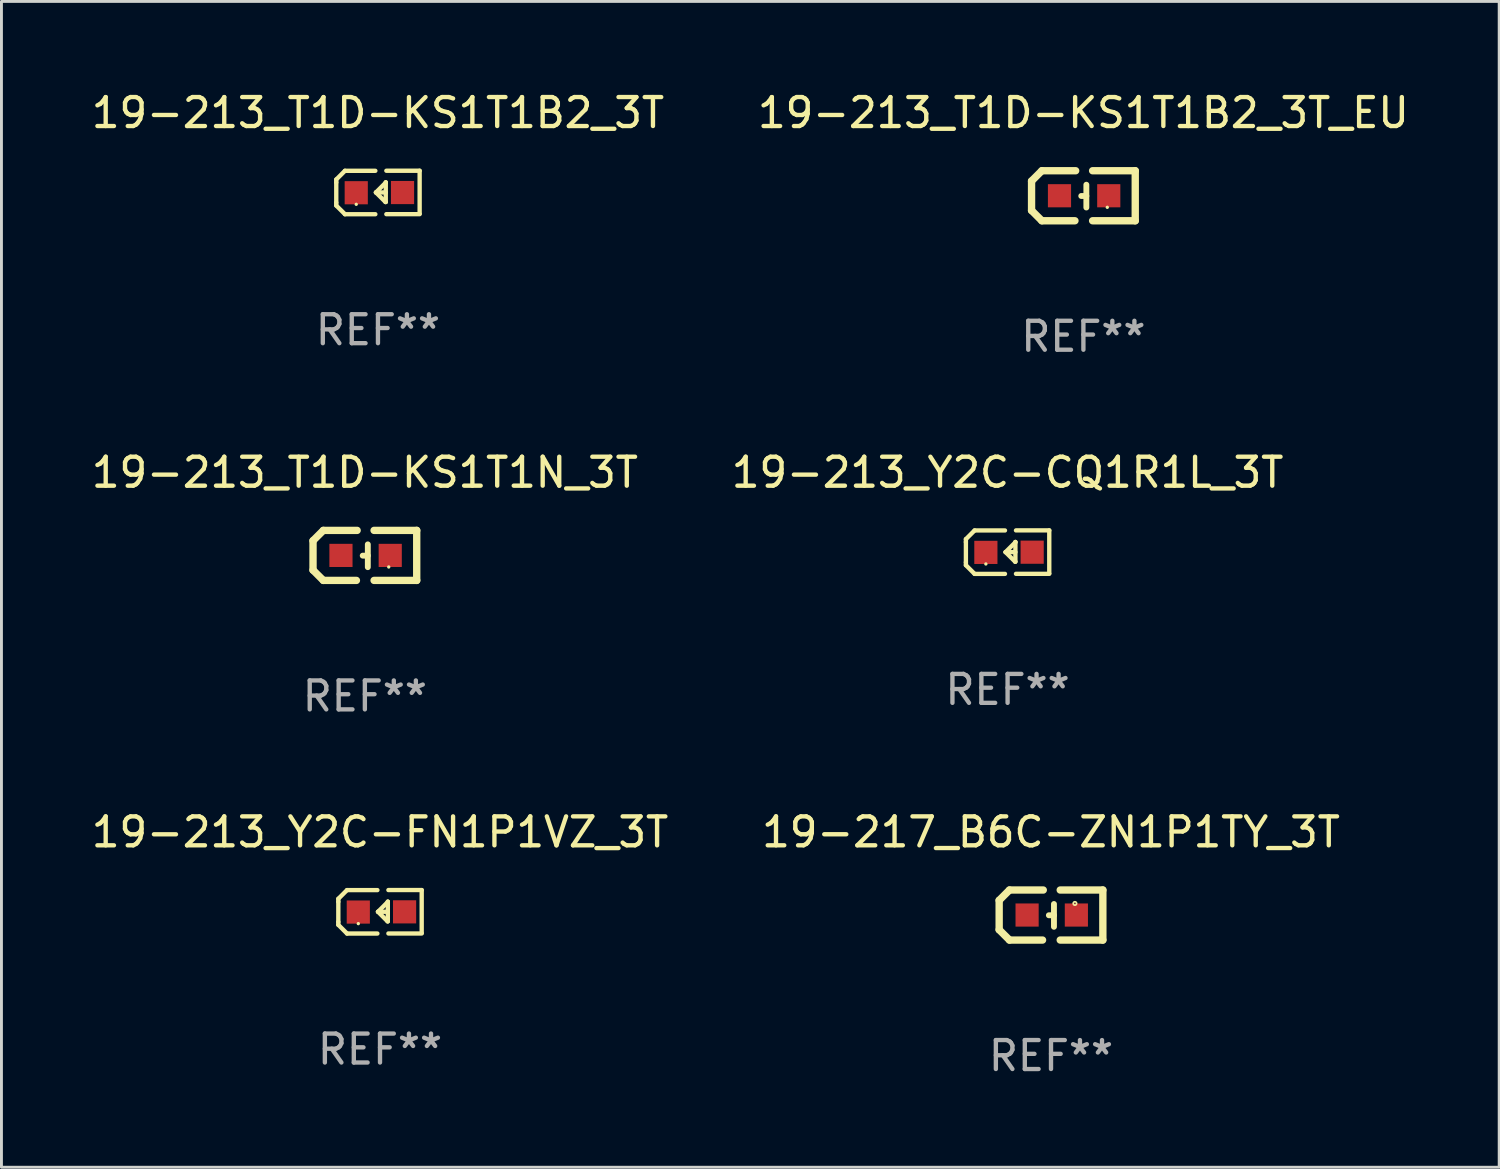
<source format=kicad_pcb>
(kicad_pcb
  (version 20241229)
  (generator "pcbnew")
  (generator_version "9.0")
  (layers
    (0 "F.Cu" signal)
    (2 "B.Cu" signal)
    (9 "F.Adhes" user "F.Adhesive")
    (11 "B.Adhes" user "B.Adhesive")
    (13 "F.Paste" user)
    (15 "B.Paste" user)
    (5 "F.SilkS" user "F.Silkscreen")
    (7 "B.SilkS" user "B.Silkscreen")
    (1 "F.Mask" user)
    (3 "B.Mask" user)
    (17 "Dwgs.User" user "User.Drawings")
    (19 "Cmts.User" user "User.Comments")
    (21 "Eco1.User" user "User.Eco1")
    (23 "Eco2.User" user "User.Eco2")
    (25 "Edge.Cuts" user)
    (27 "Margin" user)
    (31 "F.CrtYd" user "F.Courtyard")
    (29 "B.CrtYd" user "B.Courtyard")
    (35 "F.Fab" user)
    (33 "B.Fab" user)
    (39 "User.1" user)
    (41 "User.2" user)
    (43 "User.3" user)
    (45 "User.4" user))
  (footprint "19-217_B6C-ZN1P1TY_3T"
    (layer "F.Cu")
    (at 33.256 28.559)
    (property "Reference" "19-217_B6C-ZN1P1TY_3T" (at 0 -2.864 0) (layer "F.SilkS") (effects (font (size 1 1) (thickness 0.15))))
    (attr through_hole)
    (fp_line (start -1.791 -0.508) (end -1.435 -0.864) (stroke (width 0.254) (type solid)) (layer "F.SilkS"))
    (fp_line (start -1.791 0.508) (end -1.791 -0.508) (stroke (width 0.254) (type solid)) (layer "F.SilkS"))
    (fp_line (start -1.435 0.864) (end -1.791 0.508) (stroke (width 0.254) (type solid)) (layer "F.SilkS"))
    (fp_line (start -0.292 0.864) (end -1.435 0.864) (stroke (width 0.254) (type solid)) (layer "F.SilkS"))
    (fp_line (start -0.267 -0.864) (end -1.435 -0.864) (stroke (width 0.254) (type solid)) (layer "F.SilkS"))
    (fp_line (start 0.102 0.008) (end -0.074 0.008) (stroke (width 0.203) (type solid)) (layer "F.SilkS"))
    (fp_line (start 0.102 0.406) (end 0.102 -0.381) (stroke (width 0.203) (type solid)) (layer "F.SilkS"))
    (fp_line (start 1.791 -0.864) (end 0.318 -0.864) (stroke (width 0.254) (type solid)) (layer "F.SilkS"))
    (fp_line (start 1.791 0.864) (end 0.318 0.864) (stroke (width 0.254) (type solid)) (layer "F.SilkS"))
    (fp_line (start 1.791 0.864) (end 1.791 -0.864) (stroke (width 0.254) (type solid)) (layer "F.SilkS"))
    (fp_circle (center 0.826 -0.4) (end 0.855 -0.4) (stroke (width 0.06) (type solid)) (fill no) (layer "F.SilkS"))
    (fp_text user "REF**" (at 0 4.864 0) (layer "F.Fab") (effects (font (size 1 1) (thickness 0.15))))
    (pad "1" smd rect (at 0.876 0 90) (size 0.8 0.8) (layers "F.Cu" "F.Mask" "F.Paste"))
    (pad "2" smd rect (at -0.826 0 90) (size 0.8 0.8) (layers "F.Cu" "F.Mask" "F.Paste")))
  (footprint "19-213_Y2C-FN1P1VZ_3T"
    (layer "F.Cu")
    (at 10.077 28.447)
    (property "Reference" "19-213_Y2C-FN1P1VZ_3T" (at 0 -2.751 0) (layer "F.SilkS") (effects (font (size 1 1) (thickness 0.15))))
    (attr through_hole)
    (fp_line (start -1.44 -0.449) (end -1.14 -0.749) (stroke (width 0.15) (type solid)) (layer "F.SilkS"))
    (fp_line (start -1.44 -0.349) (end -1.44 -0.449) (stroke (width 0.15) (type solid)) (layer "F.SilkS"))
    (fp_line (start -1.44 -0.349) (end -1.44 0.351) (stroke (width 0.15) (type solid)) (layer "F.SilkS"))
    (fp_line (start -1.44 0.351) (end -1.44 0.451) (stroke (width 0.15) (type solid)) (layer "F.SilkS"))
    (fp_line (start -1.44 0.451) (end -1.14 0.751) (stroke (width 0.15) (type solid)) (layer "F.SilkS"))
    (fp_line (start -0.09 -0.749) (end -1.14 -0.749) (stroke (width 0.15) (type solid)) (layer "F.SilkS"))
    (fp_line (start -0.09 0.751) (end -1.14 0.751) (stroke (width 0.15) (type solid)) (layer "F.SilkS"))
    (fp_line (start 0.26 0.329) (end -0.07 -0.001) (stroke (width 0.15) (type solid)) (layer "F.SilkS"))
    (fp_line (start 0.27 -0.351) (end 0.27 -0.341) (stroke (width 0.15) (type solid)) (layer "F.SilkS"))
    (fp_line (start 0.27 -0.351) (end 0.27 0.329) (stroke (width 0.15) (type solid)) (layer "F.SilkS"))
    (fp_line (start 0.27 -0.341) (end -0.07 -0.001) (stroke (width 0.15) (type solid)) (layer "F.SilkS"))
    (fp_line (start 0.27 -0.001) (end -0.07 -0.001) (stroke (width 0.15) (type solid)) (layer "F.SilkS"))
    (fp_line (start 0.27 0.329) (end 0.26 0.329) (stroke (width 0.15) (type solid)) (layer "F.SilkS"))
    (fp_line (start 0.29 -0.751) (end 1.44 -0.751) (stroke (width 0.15) (type solid)) (layer "F.SilkS"))
    (fp_line (start 0.29 0.749) (end 1.44 0.749) (stroke (width 0.15) (type solid)) (layer "F.SilkS"))
    (fp_line (start 1.44 -0.751) (end 1.44 0.729) (stroke (width 0.15) (type solid)) (layer "F.SilkS"))
    (fp_circle (center -0.75 0.409) (end -0.72 0.409) (stroke (width 0.06) (type solid)) (fill no) (layer "F.SilkS"))
    (fp_text user "REF**" (at 0 4.751 0) (layer "F.Fab") (effects (font (size 1 1) (thickness 0.15))))
    (pad "1" smd rect (at -0.75 0.009 90) (size 0.8 0.8) (layers "F.Cu" "F.Mask" "F.Paste"))
    (pad "2" smd rect (at 0.849 0.002 90) (size 0.8 0.8) (layers "F.Cu" "F.Mask" "F.Paste")))
  (footprint "19-213_Y2C-CQ1R1L_3T"
    (layer "F.Cu")
    (at 31.756 16.023)
    (property "Reference" "19-213_Y2C-CQ1R1L_3T" (at 0 -2.751 0) (layer "F.SilkS") (effects (font (size 1 1) (thickness 0.15))))
    (attr through_hole)
    (fp_line (start -1.44 -0.449) (end -1.14 -0.749) (stroke (width 0.15) (type solid)) (layer "F.SilkS"))
    (fp_line (start -1.44 -0.349) (end -1.44 -0.449) (stroke (width 0.15) (type solid)) (layer "F.SilkS"))
    (fp_line (start -1.44 -0.349) (end -1.44 0.351) (stroke (width 0.15) (type solid)) (layer "F.SilkS"))
    (fp_line (start -1.44 0.351) (end -1.44 0.451) (stroke (width 0.15) (type solid)) (layer "F.SilkS"))
    (fp_line (start -1.44 0.451) (end -1.14 0.751) (stroke (width 0.15) (type solid)) (layer "F.SilkS"))
    (fp_line (start -0.09 -0.749) (end -1.14 -0.749) (stroke (width 0.15) (type solid)) (layer "F.SilkS"))
    (fp_line (start -0.09 0.751) (end -1.14 0.751) (stroke (width 0.15) (type solid)) (layer "F.SilkS"))
    (fp_line (start 0.26 0.329) (end -0.07 -0.001) (stroke (width 0.15) (type solid)) (layer "F.SilkS"))
    (fp_line (start 0.27 -0.351) (end 0.27 -0.341) (stroke (width 0.15) (type solid)) (layer "F.SilkS"))
    (fp_line (start 0.27 -0.351) (end 0.27 0.329) (stroke (width 0.15) (type solid)) (layer "F.SilkS"))
    (fp_line (start 0.27 -0.341) (end -0.07 -0.001) (stroke (width 0.15) (type solid)) (layer "F.SilkS"))
    (fp_line (start 0.27 -0.001) (end -0.07 -0.001) (stroke (width 0.15) (type solid)) (layer "F.SilkS"))
    (fp_line (start 0.27 0.329) (end 0.26 0.329) (stroke (width 0.15) (type solid)) (layer "F.SilkS"))
    (fp_line (start 0.29 -0.751) (end 1.44 -0.751) (stroke (width 0.15) (type solid)) (layer "F.SilkS"))
    (fp_line (start 0.29 0.749) (end 1.44 0.749) (stroke (width 0.15) (type solid)) (layer "F.SilkS"))
    (fp_line (start 1.44 -0.751) (end 1.44 0.729) (stroke (width 0.15) (type solid)) (layer "F.SilkS"))
    (fp_circle (center -0.75 0.409) (end -0.72 0.409) (stroke (width 0.06) (type solid)) (fill no) (layer "F.SilkS"))
    (fp_text user "REF**" (at 0 4.751 0) (layer "F.Fab") (effects (font (size 1 1) (thickness 0.15))))
    (pad "1" smd rect (at -0.75 0.009 90) (size 0.8 0.8) (layers "F.Cu" "F.Mask" "F.Paste"))
    (pad "2" smd rect (at 0.849 0.002 90) (size 0.8 0.8) (layers "F.Cu" "F.Mask" "F.Paste")))
  (footprint "19-213_T1D-KS1T1B2_3T"
    (layer "F.Cu")
    (at 10.006 3.599)
    (property "Reference" "19-213_T1D-KS1T1B2_3T" (at 0 -2.751 0) (layer "F.SilkS") (effects (font (size 1 1) (thickness 0.15))))
    (attr through_hole)
    (fp_line (start -1.44 -0.449) (end -1.14 -0.749) (stroke (width 0.15) (type solid)) (layer "F.SilkS"))
    (fp_line (start -1.44 -0.349) (end -1.44 -0.449) (stroke (width 0.15) (type solid)) (layer "F.SilkS"))
    (fp_line (start -1.44 -0.349) (end -1.44 0.351) (stroke (width 0.15) (type solid)) (layer "F.SilkS"))
    (fp_line (start -1.44 0.351) (end -1.44 0.451) (stroke (width 0.15) (type solid)) (layer "F.SilkS"))
    (fp_line (start -1.44 0.451) (end -1.14 0.751) (stroke (width 0.15) (type solid)) (layer "F.SilkS"))
    (fp_line (start -0.09 -0.749) (end -1.14 -0.749) (stroke (width 0.15) (type solid)) (layer "F.SilkS"))
    (fp_line (start -0.09 0.751) (end -1.14 0.751) (stroke (width 0.15) (type solid)) (layer "F.SilkS"))
    (fp_line (start 0.26 0.329) (end -0.07 -0.001) (stroke (width 0.15) (type solid)) (layer "F.SilkS"))
    (fp_line (start 0.27 -0.351) (end 0.27 -0.341) (stroke (width 0.15) (type solid)) (layer "F.SilkS"))
    (fp_line (start 0.27 -0.351) (end 0.27 0.329) (stroke (width 0.15) (type solid)) (layer "F.SilkS"))
    (fp_line (start 0.27 -0.341) (end -0.07 -0.001) (stroke (width 0.15) (type solid)) (layer "F.SilkS"))
    (fp_line (start 0.27 -0.001) (end -0.07 -0.001) (stroke (width 0.15) (type solid)) (layer "F.SilkS"))
    (fp_line (start 0.27 0.329) (end 0.26 0.329) (stroke (width 0.15) (type solid)) (layer "F.SilkS"))
    (fp_line (start 0.29 -0.751) (end 1.44 -0.751) (stroke (width 0.15) (type solid)) (layer "F.SilkS"))
    (fp_line (start 0.29 0.749) (end 1.44 0.749) (stroke (width 0.15) (type solid)) (layer "F.SilkS"))
    (fp_line (start 1.44 -0.751) (end 1.44 0.729) (stroke (width 0.15) (type solid)) (layer "F.SilkS"))
    (fp_circle (center -0.75 0.409) (end -0.72 0.409) (stroke (width 0.06) (type solid)) (fill no) (layer "F.SilkS"))
    (fp_text user "REF**" (at 0 4.751 0) (layer "F.Fab") (effects (font (size 1 1) (thickness 0.15))))
    (pad "1" smd rect (at -0.75 0.009 90) (size 0.8 0.8) (layers "F.Cu" "F.Mask" "F.Paste"))
    (pad "2" smd rect (at 0.849 0.002 90) (size 0.8 0.8) (layers "F.Cu" "F.Mask" "F.Paste")))
  (footprint "19-213_T1D-KS1T1B2_3T_EU"
    (layer "F.Cu")
    (at 34.375 3.712)
    (property "Reference" "19-213_T1D-KS1T1B2_3T_EU" (at 0 -2.864 0) (layer "F.SilkS") (effects (font (size 1 1) (thickness 0.15))))
    (attr through_hole)
    (fp_line (start -1.791 -0.508) (end -1.435 -0.864) (stroke (width 0.254) (type solid)) (layer "F.SilkS"))
    (fp_line (start -1.791 0.508) (end -1.791 -0.508) (stroke (width 0.254) (type solid)) (layer "F.SilkS"))
    (fp_line (start -1.435 0.864) (end -1.791 0.508) (stroke (width 0.254) (type solid)) (layer "F.SilkS"))
    (fp_line (start -0.292 0.864) (end -1.435 0.864) (stroke (width 0.254) (type solid)) (layer "F.SilkS"))
    (fp_line (start -0.267 -0.864) (end -1.435 -0.864) (stroke (width 0.254) (type solid)) (layer "F.SilkS"))
    (fp_line (start 0.102 0.008) (end -0.074 0.008) (stroke (width 0.203) (type solid)) (layer "F.SilkS"))
    (fp_line (start 0.102 0.406) (end 0.102 -0.381) (stroke (width 0.203) (type solid)) (layer "F.SilkS"))
    (fp_line (start 1.791 -0.864) (end 0.318 -0.864) (stroke (width 0.254) (type solid)) (layer "F.SilkS"))
    (fp_line (start 1.791 0.864) (end 0.318 0.864) (stroke (width 0.254) (type solid)) (layer "F.SilkS"))
    (fp_line (start 1.791 0.864) (end 1.791 -0.864) (stroke (width 0.254) (type solid)) (layer "F.SilkS"))
    (fp_circle (center 0.825 0.4) (end 0.855 0.4) (stroke (width 0.06) (type solid)) (fill no) (layer "F.SilkS"))
    (fp_text user "REF**" (at 0 4.864 0) (layer "F.Fab") (effects (font (size 1 1) (thickness 0.15))))
    (pad "1" smd rect (at 0.876 0 90) (size 0.8 0.8) (layers "F.Cu" "F.Mask" "F.Paste"))
    (pad "2" smd rect (at -0.826 0 90) (size 0.8 0.8) (layers "F.Cu" "F.Mask" "F.Paste")))
  (footprint "19-213_T1D-KS1T1N_3T"
    (layer "F.Cu")
    (at 9.554 16.136)
    (property "Reference" "19-213_T1D-KS1T1N_3T" (at 0 -2.864 0) (layer "F.SilkS") (effects (font (size 1 1) (thickness 0.15))))
    (attr through_hole)
    (fp_line (start -1.791 -0.508) (end -1.435 -0.864) (stroke (width 0.254) (type solid)) (layer "F.SilkS"))
    (fp_line (start -1.791 0.508) (end -1.791 -0.508) (stroke (width 0.254) (type solid)) (layer "F.SilkS"))
    (fp_line (start -1.435 0.864) (end -1.791 0.508) (stroke (width 0.254) (type solid)) (layer "F.SilkS"))
    (fp_line (start -0.292 0.864) (end -1.435 0.864) (stroke (width 0.254) (type solid)) (layer "F.SilkS"))
    (fp_line (start -0.267 -0.864) (end -1.435 -0.864) (stroke (width 0.254) (type solid)) (layer "F.SilkS"))
    (fp_line (start 0.102 0.008) (end -0.074 0.008) (stroke (width 0.203) (type solid)) (layer "F.SilkS"))
    (fp_line (start 0.102 0.406) (end 0.102 -0.381) (stroke (width 0.203) (type solid)) (layer "F.SilkS"))
    (fp_line (start 1.791 -0.864) (end 0.318 -0.864) (stroke (width 0.254) (type solid)) (layer "F.SilkS"))
    (fp_line (start 1.791 0.864) (end 0.318 0.864) (stroke (width 0.254) (type solid)) (layer "F.SilkS"))
    (fp_line (start 1.791 0.864) (end 1.791 -0.864) (stroke (width 0.254) (type solid)) (layer "F.SilkS"))
    (fp_circle (center 0.825 0.4) (end 0.855 0.4) (stroke (width 0.06) (type solid)) (fill no) (layer "F.SilkS"))
    (fp_text user "REF**" (at 0 4.864 0) (layer "F.Fab") (effects (font (size 1 1) (thickness 0.15))))
    (pad "1" smd rect (at 0.876 0 90) (size 0.8 0.8) (layers "F.Cu" "F.Mask" "F.Paste"))
    (pad "2" smd rect (at -0.826 0 90) (size 0.8 0.8) (layers "F.Cu" "F.Mask" "F.Paste")))
  (gr_rect
    (start -3 -3)
    (end 48.738 37.271)
    (stroke (width 0.1) (type default))
    (fill no)
    (layer "Edge.Cuts")))
</source>
